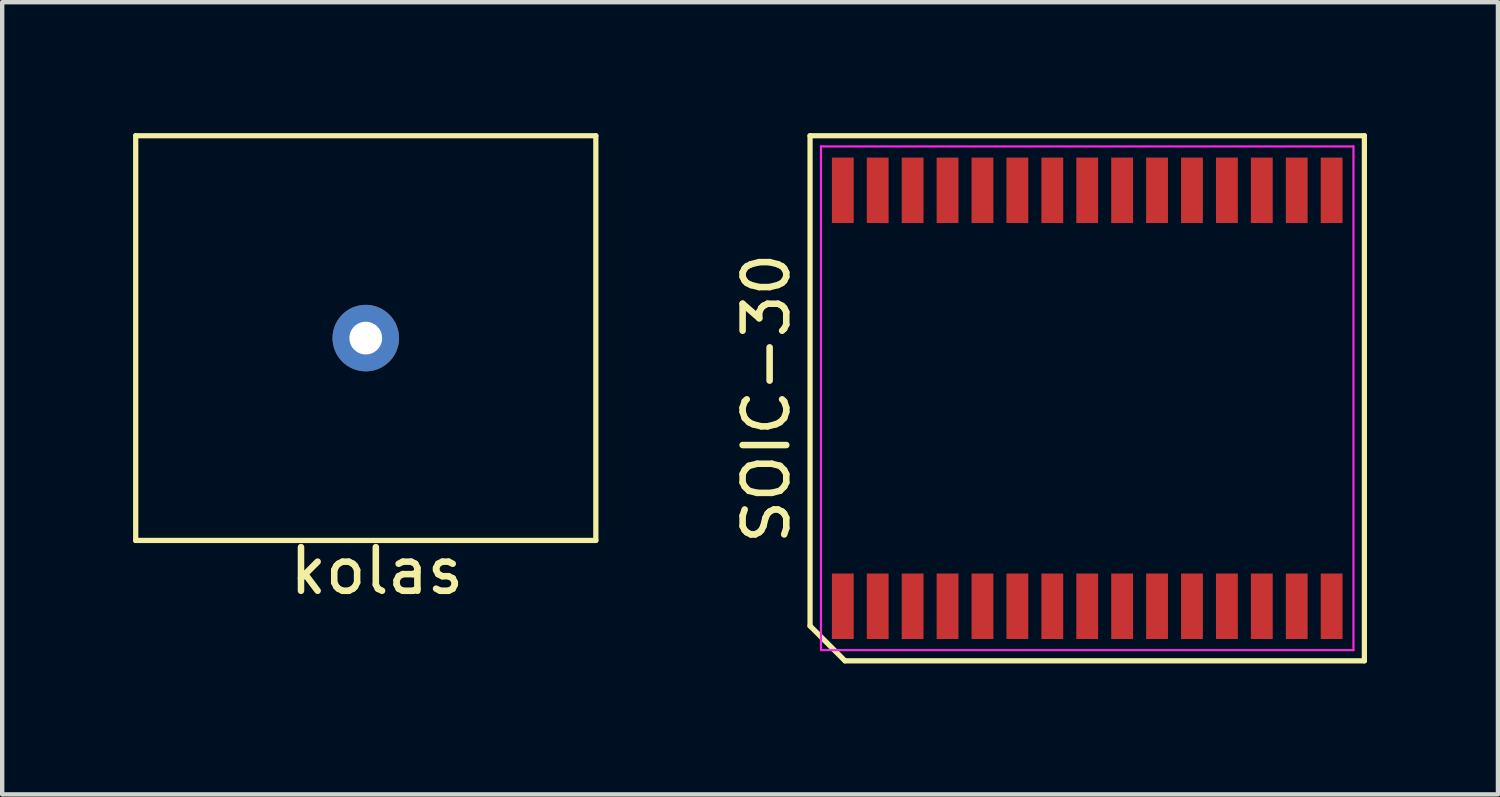
<source format=kicad_pcb>
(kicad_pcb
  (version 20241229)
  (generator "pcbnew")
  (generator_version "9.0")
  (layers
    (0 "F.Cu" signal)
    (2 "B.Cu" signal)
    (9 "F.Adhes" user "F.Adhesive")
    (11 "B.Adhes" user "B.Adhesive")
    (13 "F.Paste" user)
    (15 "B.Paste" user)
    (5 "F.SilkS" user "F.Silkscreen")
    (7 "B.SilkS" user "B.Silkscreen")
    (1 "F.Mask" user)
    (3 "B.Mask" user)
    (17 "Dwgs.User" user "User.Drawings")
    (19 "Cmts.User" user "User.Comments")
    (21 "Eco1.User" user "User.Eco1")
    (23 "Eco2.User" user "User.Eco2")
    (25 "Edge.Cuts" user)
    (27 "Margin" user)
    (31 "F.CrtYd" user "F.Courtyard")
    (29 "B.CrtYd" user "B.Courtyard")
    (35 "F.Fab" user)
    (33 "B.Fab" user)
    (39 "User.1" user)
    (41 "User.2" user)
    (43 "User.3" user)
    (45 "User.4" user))
  (footprint "SOIC-30"
    (layer "F.Cu")
    (at 21.859 6.075)
    (property "Reference" "SOIC-30" (at -7.35 0 90) (layer "F.SilkS") (effects (font (size 1 1) (thickness 0.15))))
    (attr smd)
    (fp_line (start -6.35 -6.015) (end 6.35 -6.015) (stroke (width 0.12) (type solid)) (layer "F.SilkS"))
    (fp_line (start -6.35 5.215) (end -6.35 -6.015) (stroke (width 0.12) (type solid)) (layer "F.SilkS"))
    (fp_line (start -5.55 6.015) (end -6.35 5.215) (stroke (width 0.12) (type solid)) (layer "F.SilkS"))
    (fp_line (start 6.35 -6.015) (end 6.35 6.015) (stroke (width 0.12) (type solid)) (layer "F.SilkS"))
    (fp_line (start 6.35 6.015) (end -5.55 6.015) (stroke (width 0.12) (type solid)) (layer "F.SilkS"))
    (fp_line (start -6.1 -5.77) (end 6.1 -5.77) (stroke (width 0.05) (type solid)) (layer "F.CrtYd"))
    (fp_line (start -6.1 5.77) (end -6.1 -5.77) (stroke (width 0.05) (type solid)) (layer "F.CrtYd"))
    (fp_line (start 6.1 -5.77) (end 6.1 5.77) (stroke (width 0.05) (type solid)) (layer "F.CrtYd"))
    (fp_line (start 6.1 5.77) (end -6.1 5.77) (stroke (width 0.05) (type solid)) (layer "F.CrtYd"))
    (pad "1" smd rect (at -5.6 4.765) (size 0.5 1.5) (layers "F.Cu" "F.Mask" "F.Paste"))
    (pad "2" smd rect (at -4.8 4.765) (size 0.5 1.5) (layers "F.Cu" "F.Mask" "F.Paste"))
    (pad "3" smd rect (at -4 4.765) (size 0.5 1.5) (layers "F.Cu" "F.Mask" "F.Paste"))
    (pad "4" smd rect (at -3.2 4.765) (size 0.5 1.5) (layers "F.Cu" "F.Mask" "F.Paste"))
    (pad "5" smd rect (at -2.4 4.765) (size 0.5 1.5) (layers "F.Cu" "F.Mask" "F.Paste"))
    (pad "6" smd rect (at -1.6 4.765) (size 0.5 1.5) (layers "F.Cu" "F.Mask" "F.Paste"))
    (pad "7" smd rect (at -0.8 4.765) (size 0.5 1.5) (layers "F.Cu" "F.Mask" "F.Paste"))
    (pad "8" smd rect (at 0 4.765) (size 0.5 1.5) (layers "F.Cu" "F.Mask" "F.Paste"))
    (pad "9" smd rect (at 0.8 4.765) (size 0.5 1.5) (layers "F.Cu" "F.Mask" "F.Paste"))
    (pad "10" smd rect (at 1.6 4.765) (size 0.5 1.5) (layers "F.Cu" "F.Mask" "F.Paste"))
    (pad "11" smd rect (at 2.4 4.765) (size 0.5 1.5) (layers "F.Cu" "F.Mask" "F.Paste"))
    (pad "12" smd rect (at 3.2 4.765) (size 0.5 1.5) (layers "F.Cu" "F.Mask" "F.Paste"))
    (pad "13" smd rect (at 4 4.765) (size 0.5 1.5) (layers "F.Cu" "F.Mask" "F.Paste"))
    (pad "14" smd rect (at 4.8 4.765) (size 0.5 1.5) (layers "F.Cu" "F.Mask" "F.Paste"))
    (pad "15" smd rect (at 5.6 4.765) (size 0.5 1.5) (layers "F.Cu" "F.Mask" "F.Paste"))
    (pad "16" smd rect (at 5.6 -4.765) (size 0.5 1.5) (layers "F.Cu" "F.Mask" "F.Paste"))
    (pad "17" smd rect (at 4.8 -4.765) (size 0.5 1.5) (layers "F.Cu" "F.Mask" "F.Paste"))
    (pad "18" smd rect (at 4 -4.765) (size 0.5 1.5) (layers "F.Cu" "F.Mask" "F.Paste"))
    (pad "19" smd rect (at 3.2 -4.765) (size 0.5 1.5) (layers "F.Cu" "F.Mask" "F.Paste"))
    (pad "20" smd rect (at 2.4 -4.765) (size 0.5 1.5) (layers "F.Cu" "F.Mask" "F.Paste"))
    (pad "21" smd rect (at 1.6 -4.765) (size 0.5 1.5) (layers "F.Cu" "F.Mask" "F.Paste"))
    (pad "22" smd rect (at 0.8 -4.765) (size 0.5 1.5) (layers "F.Cu" "F.Mask" "F.Paste"))
    (pad "23" smd rect (at 0 -4.765) (size 0.5 1.5) (layers "F.Cu" "F.Mask" "F.Paste"))
    (pad "24" smd rect (at -0.8 -4.765) (size 0.5 1.5) (layers "F.Cu" "F.Mask" "F.Paste"))
    (pad "25" smd rect (at -1.6 -4.765) (size 0.5 1.5) (layers "F.Cu" "F.Mask" "F.Paste"))
    (pad "26" smd rect (at -2.4 -4.765) (size 0.5 1.5) (layers "F.Cu" "F.Mask" "F.Paste"))
    (pad "27" smd rect (at -3.2 -4.765) (size 0.5 1.5) (layers "F.Cu" "F.Mask" "F.Paste"))
    (pad "28" smd rect (at -4 -4.765) (size 0.5 1.5) (layers "F.Cu" "F.Mask" "F.Paste"))
    (pad "29" smd rect (at -4.8 -4.765) (size 0.5 1.5) (layers "F.Cu" "F.Mask" "F.Paste"))
    (pad "30" smd rect (at -5.6 -4.765) (size 0.5 1.5) (layers "F.Cu" "F.Mask" "F.Paste")))
  (footprint "kolas"
    (layer "F.Cu")
    (at 5.33 4.696)
    (property "Reference" "kolas" (at 0.254 5.334 0) (layer "F.SilkS") (effects (font (size 1 1) (thickness 0.15))))
    (attr through_hole)
    (fp_line (start -5.271 -4.636) (end -5.271 4.636) (stroke (width 0.12) (type solid)) (layer "F.SilkS"))
    (fp_line (start -5.271 4.636) (end 5.271 4.636) (stroke (width 0.12) (type solid)) (layer "F.SilkS"))
    (fp_line (start 5.271 -4.636) (end -5.271 -4.636) (stroke (width 0.12) (type solid)) (layer "F.SilkS"))
    (fp_line (start 5.271 4.636) (end 5.271 -4.636) (stroke (width 0.12) (type solid)) (layer "F.SilkS"))
    (fp_poly (pts (xy 5.144 -2.223) (xy 5.144 2.223) (xy 2.857 4.508) (xy -2.857 4.508) (xy -5.144 2.223) (xy -5.144 -2.223) (xy -2.731 -4.508) (xy 2.857 -4.508)) (stroke (width 0.1) (type solid)) (fill yes) (layer "F.Paste"))
    (pad "1" thru_hole circle (at 0 0) (size 1.524 1.524) (drill 0.75) (layers "*.Cu" "*.Mask")))
  (gr_rect
    (start -3 -3)
    (end 31.269 15.15)
    (stroke (width 0.1) (type default))
    (fill no)
    (layer "Edge.Cuts")))
</source>
